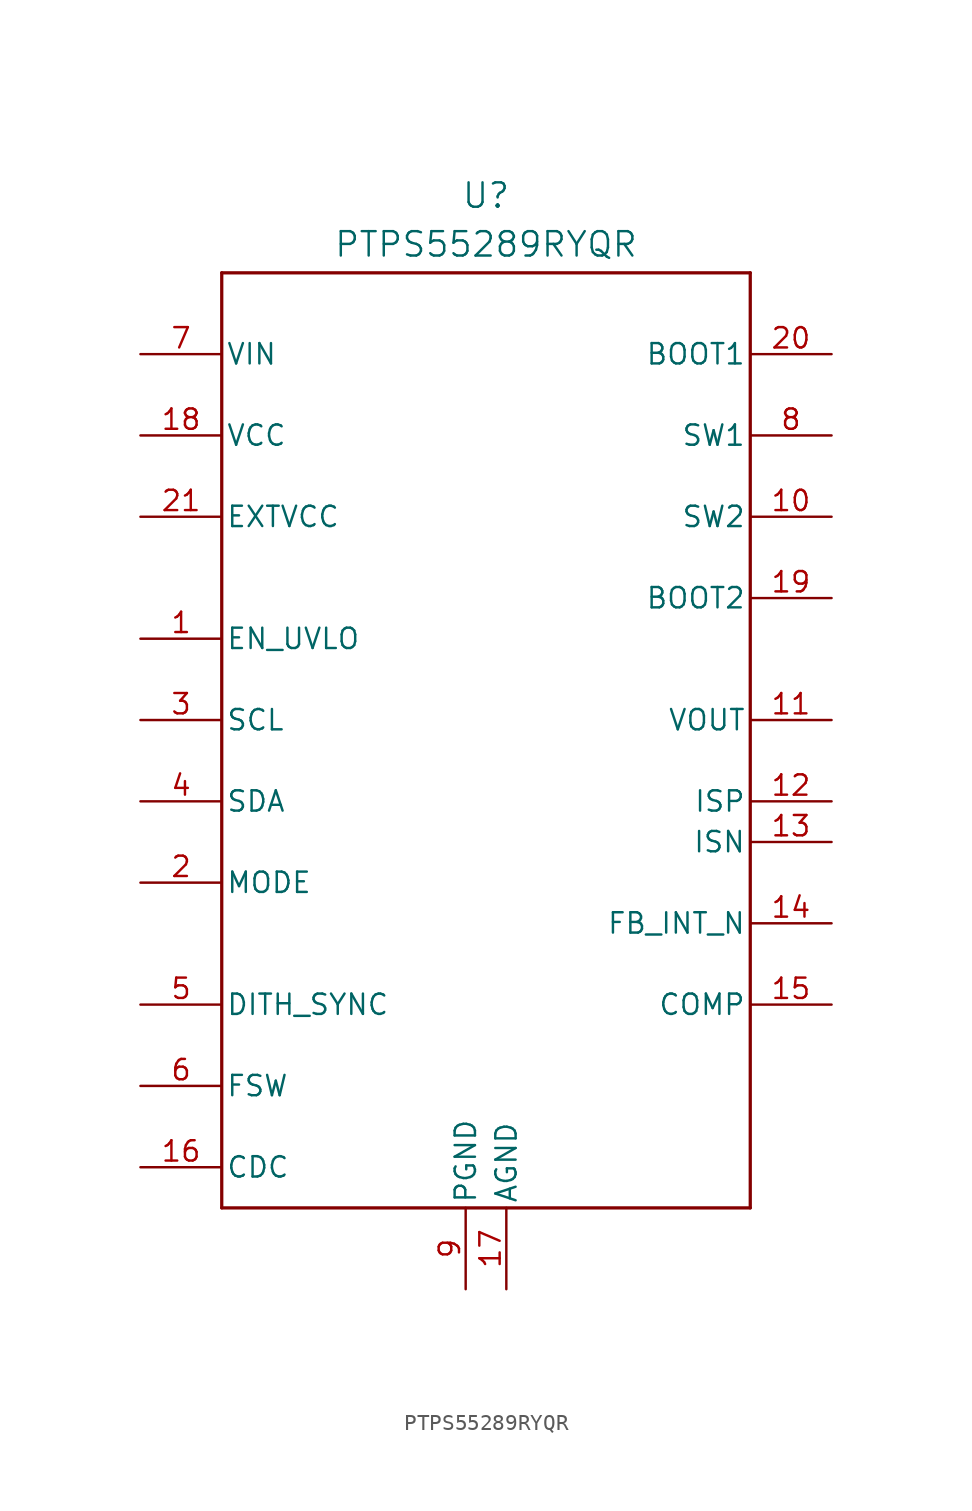
<source format=kicad_sym>
(kicad_symbol_lib
  (version 20231120)
  (generator "kicad_symbol_editor")
  (generator_version "8.0")
  (symbol "PTPS55289RYQR"
    (pin_names
      (offset 0.254))
    (property "Reference" "U"
      (at 0 35.306 0)
      (effects (font (size 1.524 1.524))))
    (property "Value" "PTPS55289RYQR"
      (at 0 32.258 0)
      (effects (font (size 1.524 1.524))))
    (property "ki_locked" ""
      (at 0 0 0)
      (effects (font (size 1.27 1.27))))
    (symbol "PTPS55289RYQR_0_1"
      (polyline (pts (xy -16.51 -27.94) (xy 16.51 -27.94)) (stroke (width 0.203) (type default)) (fill (type none)))
      (polyline (pts (xy -16.51 30.48) (xy -16.51 -27.94)) (stroke (width 0.203) (type default)) (fill (type none)))
      (polyline (pts (xy 16.51 -27.94) (xy 16.51 30.48)) (stroke (width 0.203) (type default)) (fill (type none)))
      (polyline (pts (xy 16.51 30.48) (xy -16.51 30.48)) (stroke (width 0.203) (type default)) (fill (type none))))
    (symbol "PTPS55289RYQR_1_1"
      (pin input line (at -21.59 7.62 0) (length 5.08) (name "EN_UVLO" (effects (font (size 1.27 1.27)))) (number "1" (effects (font (size 1.27 1.27)))))
      (pin power_out line (at 21.59 15.24 180) (length 5.08) (name "SW2" (effects (font (size 1.27 1.27)))) (number "10" (effects (font (size 1.27 1.27)))))
      (pin power_out line (at 21.59 2.54 180) (length 5.08) (name "VOUT" (effects (font (size 1.27 1.27)))) (number "11" (effects (font (size 1.27 1.27)))))
      (pin input line (at 21.59 -2.54 180) (length 5.08) (name "ISP" (effects (font (size 1.27 1.27)))) (number "12" (effects (font (size 1.27 1.27)))))
      (pin input line (at 21.59 -5.08 180) (length 5.08) (name "ISN" (effects (font (size 1.27 1.27)))) (number "13" (effects (font (size 1.27 1.27)))))
      (pin bidirectional line (at 21.59 -10.16 180) (length 5.08) (name "FB_INT_N" (effects (font (size 1.27 1.27)))) (number "14" (effects (font (size 1.27 1.27)))))
      (pin passive line (at 21.59 -15.24 180) (length 5.08) (name "COMP" (effects (font (size 1.27 1.27)))) (number "15" (effects (font (size 1.27 1.27)))))
      (pin input line (at -21.59 -25.4 0) (length 5.08) (name "CDC" (effects (font (size 1.27 1.27)))) (number "16" (effects (font (size 1.27 1.27)))))
      (pin power_out line (at 1.27 -33.02 90) (length 5.08) (name "AGND" (effects (font (size 1.27 1.27)))) (number "17" (effects (font (size 1.27 1.27)))))
      (pin power_in line (at -21.59 20.32 0) (length 5.08) (name "VCC" (effects (font (size 1.27 1.27)))) (number "18" (effects (font (size 1.27 1.27)))))
      (pin passive line (at 21.59 10.16 180) (length 5.08) (name "BOOT2" (effects (font (size 1.27 1.27)))) (number "19" (effects (font (size 1.27 1.27)))))
      (pin input line (at -21.59 -7.62 0) (length 5.08) (name "MODE" (effects (font (size 1.27 1.27)))) (number "2" (effects (font (size 1.27 1.27)))))
      (pin passive line (at 21.59 25.4 180) (length 5.08) (name "BOOT1" (effects (font (size 1.27 1.27)))) (number "20" (effects (font (size 1.27 1.27)))))
      (pin input line (at -21.59 15.24 0) (length 5.08) (name "EXTVCC" (effects (font (size 1.27 1.27)))) (number "21" (effects (font (size 1.27 1.27)))))
      (pin open_collector line (at -21.59 2.54 0) (length 5.08) (name "SCL" (effects (font (size 1.27 1.27)))) (number "3" (effects (font (size 1.27 1.27)))))
      (pin open_collector line (at -21.59 -2.54 0) (length 5.08) (name "SDA" (effects (font (size 1.27 1.27)))) (number "4" (effects (font (size 1.27 1.27)))))
      (pin input line (at -21.59 -15.24 0) (length 5.08) (name "DITH_SYNC" (effects (font (size 1.27 1.27)))) (number "5" (effects (font (size 1.27 1.27)))))
      (pin input line (at -21.59 -20.32 0) (length 5.08) (name "FSW" (effects (font (size 1.27 1.27)))) (number "6" (effects (font (size 1.27 1.27)))))
      (pin power_in line (at -21.59 25.4 0) (length 5.08) (name "VIN" (effects (font (size 1.27 1.27)))) (number "7" (effects (font (size 1.27 1.27)))))
      (pin power_out line (at 21.59 20.32 180) (length 5.08) (name "SW1" (effects (font (size 1.27 1.27)))) (number "8" (effects (font (size 1.27 1.27)))))
      (pin power_out line (at -1.27 -33.02 90) (length 5.08) (name "PGND" (effects (font (size 1.27 1.27)))) (number "9" (effects (font (size 1.27 1.27))))))))
</source>
